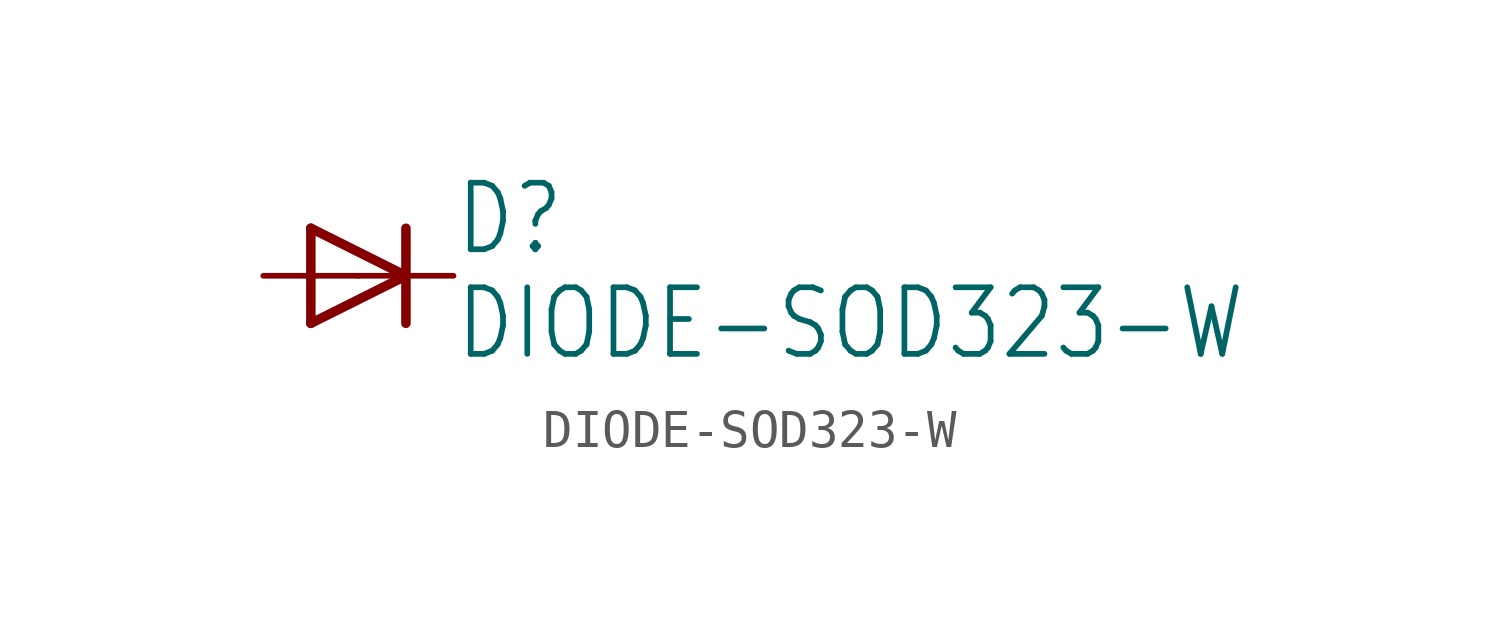
<source format=kicad_sym>
(kicad_symbol_lib
  (version 20211014)
  (generator kicad_symbol_editor)
  (symbol "DIODE-SOD323-W"
    (property "Reference" "D"
      (at 2.54 0.483 0)
      (effects (font (size 1.778 1.511)) (justify left bottom)))
    (property "Value" "DIODE-SOD323-W"
      (at 2.54 -2.311 0)
      (effects (font (size 1.778 1.511)) (justify left bottom)))
    (property "ki_locked" ""
      (at 0 0 0)
      (effects (font (size 1.27 1.27))))
    (symbol "DIODE-SOD323-W_1_0"
      (polyline (pts (xy -1.27 -1.27) (xy 1.27 0)) (stroke (width 0.254) (type default) (color 0 0 0 0)) (fill (type none)))
      (polyline (pts (xy -1.27 1.27) (xy -1.27 -1.27)) (stroke (width 0.254) (type default) (color 0 0 0 0)) (fill (type none)))
      (polyline (pts (xy 1.27 0) (xy -1.27 1.27)) (stroke (width 0.254) (type default) (color 0 0 0 0)) (fill (type none)))
      (polyline (pts (xy 1.27 0) (xy 1.27 -1.27)) (stroke (width 0.254) (type default) (color 0 0 0 0)) (fill (type none)))
      (polyline (pts (xy 1.27 1.27) (xy 1.27 0)) (stroke (width 0.254) (type default) (color 0 0 0 0)) (fill (type none)))
      (pin passive line (at -2.54 0 0) (length 2.54) (name "A" (effects (font (size 0 0)))) (number "A" (effects (font (size 0 0)))))
      (pin passive line (at 2.54 0 180) (length 2.54) (name "C" (effects (font (size 0 0)))) (number "C" (effects (font (size 0 0))))))))
</source>
